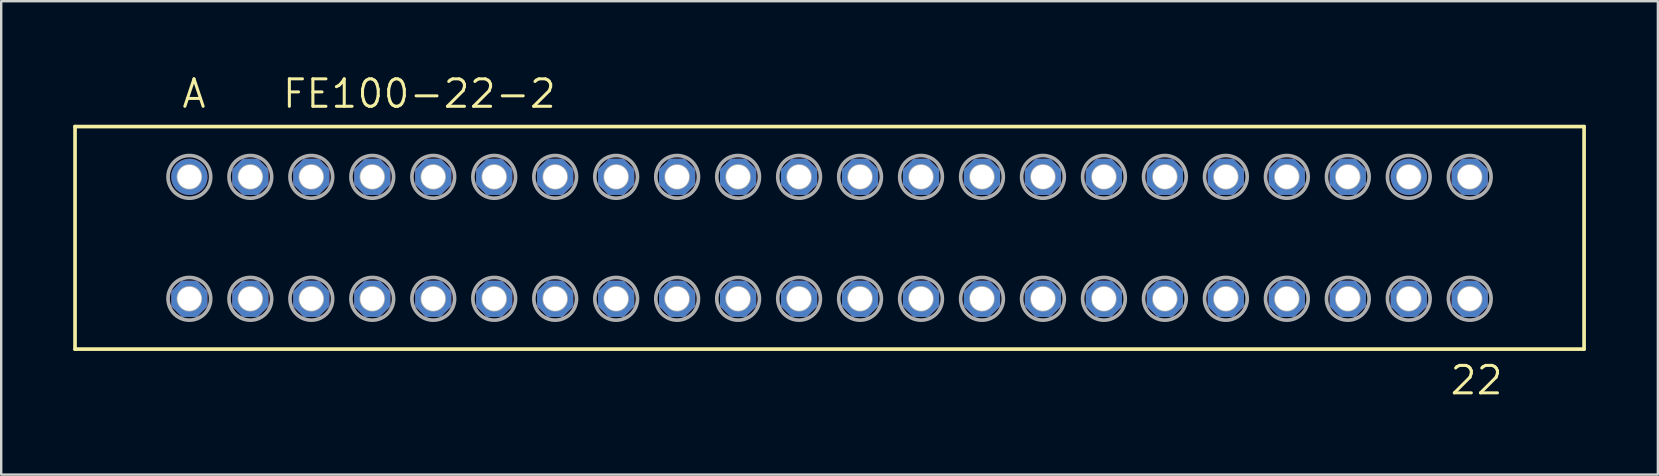
<source format=kicad_pcb>
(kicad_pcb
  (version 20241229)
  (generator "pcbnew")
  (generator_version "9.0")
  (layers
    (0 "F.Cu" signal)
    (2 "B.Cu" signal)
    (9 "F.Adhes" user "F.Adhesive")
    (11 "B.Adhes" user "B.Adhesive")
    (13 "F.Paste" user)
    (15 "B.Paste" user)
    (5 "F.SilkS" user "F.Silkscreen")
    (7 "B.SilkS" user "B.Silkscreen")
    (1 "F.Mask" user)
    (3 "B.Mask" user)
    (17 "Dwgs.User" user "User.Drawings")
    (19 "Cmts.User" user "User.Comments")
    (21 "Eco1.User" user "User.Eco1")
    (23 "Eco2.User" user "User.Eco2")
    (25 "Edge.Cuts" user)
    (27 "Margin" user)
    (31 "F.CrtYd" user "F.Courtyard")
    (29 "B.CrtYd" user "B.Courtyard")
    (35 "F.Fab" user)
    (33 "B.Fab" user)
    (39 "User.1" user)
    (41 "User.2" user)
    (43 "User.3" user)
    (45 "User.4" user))
  (footprint "FE100-22-2"
    (layer "F.Cu")
    (at 31.509 6.858)
    (property "Reference" "FE100-22-2" (at -22.86 -5.334 0) (layer "F.SilkS") (effects (font (size 1.143 1.143) (thickness 0.127)) (justify left bottom)))
    (fp_line (start -31.433 -4.636) (end 31.433 -4.636) (stroke (width 0.152) (type solid)) (layer "F.SilkS"))
    (fp_line (start -31.433 4.636) (end -31.433 -4.636) (stroke (width 0.152) (type solid)) (layer "F.SilkS"))
    (fp_line (start -31.433 4.636) (end 31.433 4.636) (stroke (width 0.152) (type solid)) (layer "F.SilkS"))
    (fp_line (start 31.433 4.636) (end 31.433 -4.636) (stroke (width 0.152) (type solid)) (layer "F.SilkS"))
    (fp_circle (center -26.67 -2.54) (end -26.543 -2.54) (stroke (width 0.406) (type solid)) (fill no) (layer "F.Fab"))
    (fp_circle (center -26.67 -2.54) (end -25.781 -2.54) (stroke (width 0.152) (type solid)) (fill no) (layer "F.Fab"))
    (fp_circle (center -26.67 2.54) (end -26.543 2.54) (stroke (width 0.406) (type solid)) (fill no) (layer "F.Fab"))
    (fp_circle (center -26.67 2.54) (end -25.781 2.54) (stroke (width 0.152) (type solid)) (fill no) (layer "F.Fab"))
    (fp_circle (center -24.13 -2.54) (end -24.003 -2.54) (stroke (width 0.406) (type solid)) (fill no) (layer "F.Fab"))
    (fp_circle (center -24.13 -2.54) (end -23.241 -2.54) (stroke (width 0.152) (type solid)) (fill no) (layer "F.Fab"))
    (fp_circle (center -24.13 2.54) (end -24.003 2.54) (stroke (width 0.406) (type solid)) (fill no) (layer "F.Fab"))
    (fp_circle (center -24.13 2.54) (end -23.241 2.54) (stroke (width 0.152) (type solid)) (fill no) (layer "F.Fab"))
    (fp_circle (center -21.59 -2.54) (end -21.463 -2.54) (stroke (width 0.406) (type solid)) (fill no) (layer "F.Fab"))
    (fp_circle (center -21.59 -2.54) (end -20.701 -2.54) (stroke (width 0.152) (type solid)) (fill no) (layer "F.Fab"))
    (fp_circle (center -21.59 2.54) (end -21.463 2.54) (stroke (width 0.406) (type solid)) (fill no) (layer "F.Fab"))
    (fp_circle (center -21.59 2.54) (end -20.701 2.54) (stroke (width 0.152) (type solid)) (fill no) (layer "F.Fab"))
    (fp_circle (center -19.05 -2.54) (end -18.923 -2.54) (stroke (width 0.406) (type solid)) (fill no) (layer "F.Fab"))
    (fp_circle (center -19.05 -2.54) (end -18.161 -2.54) (stroke (width 0.152) (type solid)) (fill no) (layer "F.Fab"))
    (fp_circle (center -19.05 2.54) (end -18.923 2.54) (stroke (width 0.406) (type solid)) (fill no) (layer "F.Fab"))
    (fp_circle (center -19.05 2.54) (end -18.161 2.54) (stroke (width 0.152) (type solid)) (fill no) (layer "F.Fab"))
    (fp_circle (center -16.51 -2.54) (end -16.383 -2.54) (stroke (width 0.406) (type solid)) (fill no) (layer "F.Fab"))
    (fp_circle (center -16.51 -2.54) (end -15.621 -2.54) (stroke (width 0.152) (type solid)) (fill no) (layer "F.Fab"))
    (fp_circle (center -16.51 2.54) (end -16.383 2.54) (stroke (width 0.406) (type solid)) (fill no) (layer "F.Fab"))
    (fp_circle (center -16.51 2.54) (end -15.621 2.54) (stroke (width 0.152) (type solid)) (fill no) (layer "F.Fab"))
    (fp_circle (center -13.97 -2.54) (end -13.843 -2.54) (stroke (width 0.406) (type solid)) (fill no) (layer "F.Fab"))
    (fp_circle (center -13.97 -2.54) (end -13.081 -2.54) (stroke (width 0.152) (type solid)) (fill no) (layer "F.Fab"))
    (fp_circle (center -13.97 2.54) (end -13.843 2.54) (stroke (width 0.406) (type solid)) (fill no) (layer "F.Fab"))
    (fp_circle (center -13.97 2.54) (end -13.081 2.54) (stroke (width 0.152) (type solid)) (fill no) (layer "F.Fab"))
    (fp_circle (center -11.43 -2.54) (end -11.303 -2.54) (stroke (width 0.406) (type solid)) (fill no) (layer "F.Fab"))
    (fp_circle (center -11.43 -2.54) (end -10.541 -2.54) (stroke (width 0.152) (type solid)) (fill no) (layer "F.Fab"))
    (fp_circle (center -11.43 2.54) (end -11.303 2.54) (stroke (width 0.406) (type solid)) (fill no) (layer "F.Fab"))
    (fp_circle (center -11.43 2.54) (end -10.541 2.54) (stroke (width 0.152) (type solid)) (fill no) (layer "F.Fab"))
    (fp_circle (center -8.89 -2.54) (end -8.763 -2.54) (stroke (width 0.406) (type solid)) (fill no) (layer "F.Fab"))
    (fp_circle (center -8.89 -2.54) (end -8.001 -2.54) (stroke (width 0.152) (type solid)) (fill no) (layer "F.Fab"))
    (fp_circle (center -8.89 2.54) (end -8.763 2.54) (stroke (width 0.406) (type solid)) (fill no) (layer "F.Fab"))
    (fp_circle (center -8.89 2.54) (end -8.001 2.54) (stroke (width 0.152) (type solid)) (fill no) (layer "F.Fab"))
    (fp_circle (center -6.35 -2.54) (end -6.223 -2.54) (stroke (width 0.406) (type solid)) (fill no) (layer "F.Fab"))
    (fp_circle (center -6.35 -2.54) (end -5.461 -2.54) (stroke (width 0.152) (type solid)) (fill no) (layer "F.Fab"))
    (fp_circle (center -6.35 2.54) (end -6.223 2.54) (stroke (width 0.406) (type solid)) (fill no) (layer "F.Fab"))
    (fp_circle (center -6.35 2.54) (end -5.461 2.54) (stroke (width 0.152) (type solid)) (fill no) (layer "F.Fab"))
    (fp_circle (center -3.81 -2.54) (end -3.683 -2.54) (stroke (width 0.406) (type solid)) (fill no) (layer "F.Fab"))
    (fp_circle (center -3.81 -2.54) (end -2.921 -2.54) (stroke (width 0.152) (type solid)) (fill no) (layer "F.Fab"))
    (fp_circle (center -3.81 2.54) (end -3.683 2.54) (stroke (width 0.406) (type solid)) (fill no) (layer "F.Fab"))
    (fp_circle (center -3.81 2.54) (end -2.921 2.54) (stroke (width 0.152) (type solid)) (fill no) (layer "F.Fab"))
    (fp_circle (center -1.27 -2.54) (end -1.143 -2.54) (stroke (width 0.406) (type solid)) (fill no) (layer "F.Fab"))
    (fp_circle (center -1.27 -2.54) (end -0.381 -2.54) (stroke (width 0.152) (type solid)) (fill no) (layer "F.Fab"))
    (fp_circle (center -1.27 2.54) (end -1.143 2.54) (stroke (width 0.406) (type solid)) (fill no) (layer "F.Fab"))
    (fp_circle (center -1.27 2.54) (end -0.381 2.54) (stroke (width 0.152) (type solid)) (fill no) (layer "F.Fab"))
    (fp_circle (center 1.27 -2.54) (end 1.397 -2.54) (stroke (width 0.406) (type solid)) (fill no) (layer "F.Fab"))
    (fp_circle (center 1.27 -2.54) (end 2.159 -2.54) (stroke (width 0.152) (type solid)) (fill no) (layer "F.Fab"))
    (fp_circle (center 1.27 2.54) (end 1.397 2.54) (stroke (width 0.406) (type solid)) (fill no) (layer "F.Fab"))
    (fp_circle (center 1.27 2.54) (end 2.159 2.54) (stroke (width 0.152) (type solid)) (fill no) (layer "F.Fab"))
    (fp_circle (center 3.81 -2.54) (end 3.937 -2.54) (stroke (width 0.406) (type solid)) (fill no) (layer "F.Fab"))
    (fp_circle (center 3.81 -2.54) (end 4.699 -2.54) (stroke (width 0.152) (type solid)) (fill no) (layer "F.Fab"))
    (fp_circle (center 3.81 2.54) (end 3.937 2.54) (stroke (width 0.406) (type solid)) (fill no) (layer "F.Fab"))
    (fp_circle (center 3.81 2.54) (end 4.699 2.54) (stroke (width 0.152) (type solid)) (fill no) (layer "F.Fab"))
    (fp_circle (center 6.35 -2.54) (end 6.477 -2.54) (stroke (width 0.406) (type solid)) (fill no) (layer "F.Fab"))
    (fp_circle (center 6.35 -2.54) (end 7.239 -2.54) (stroke (width 0.152) (type solid)) (fill no) (layer "F.Fab"))
    (fp_circle (center 6.35 2.54) (end 6.477 2.54) (stroke (width 0.406) (type solid)) (fill no) (layer "F.Fab"))
    (fp_circle (center 6.35 2.54) (end 7.239 2.54) (stroke (width 0.152) (type solid)) (fill no) (layer "F.Fab"))
    (fp_circle (center 8.89 -2.54) (end 9.017 -2.54) (stroke (width 0.406) (type solid)) (fill no) (layer "F.Fab"))
    (fp_circle (center 8.89 -2.54) (end 9.779 -2.54) (stroke (width 0.152) (type solid)) (fill no) (layer "F.Fab"))
    (fp_circle (center 8.89 2.54) (end 9.017 2.54) (stroke (width 0.406) (type solid)) (fill no) (layer "F.Fab"))
    (fp_circle (center 8.89 2.54) (end 9.779 2.54) (stroke (width 0.152) (type solid)) (fill no) (layer "F.Fab"))
    (fp_circle (center 11.43 -2.54) (end 11.557 -2.54) (stroke (width 0.406) (type solid)) (fill no) (layer "F.Fab"))
    (fp_circle (center 11.43 -2.54) (end 12.319 -2.54) (stroke (width 0.152) (type solid)) (fill no) (layer "F.Fab"))
    (fp_circle (center 11.43 2.54) (end 11.557 2.54) (stroke (width 0.406) (type solid)) (fill no) (layer "F.Fab"))
    (fp_circle (center 11.43 2.54) (end 12.319 2.54) (stroke (width 0.152) (type solid)) (fill no) (layer "F.Fab"))
    (fp_circle (center 13.97 -2.54) (end 14.097 -2.54) (stroke (width 0.406) (type solid)) (fill no) (layer "F.Fab"))
    (fp_circle (center 13.97 -2.54) (end 14.859 -2.54) (stroke (width 0.152) (type solid)) (fill no) (layer "F.Fab"))
    (fp_circle (center 13.97 2.54) (end 14.097 2.54) (stroke (width 0.406) (type solid)) (fill no) (layer "F.Fab"))
    (fp_circle (center 13.97 2.54) (end 14.859 2.54) (stroke (width 0.152) (type solid)) (fill no) (layer "F.Fab"))
    (fp_circle (center 16.51 -2.54) (end 16.637 -2.54) (stroke (width 0.406) (type solid)) (fill no) (layer "F.Fab"))
    (fp_circle (center 16.51 -2.54) (end 17.399 -2.54) (stroke (width 0.152) (type solid)) (fill no) (layer "F.Fab"))
    (fp_circle (center 16.51 2.54) (end 16.637 2.54) (stroke (width 0.406) (type solid)) (fill no) (layer "F.Fab"))
    (fp_circle (center 16.51 2.54) (end 17.399 2.54) (stroke (width 0.152) (type solid)) (fill no) (layer "F.Fab"))
    (fp_circle (center 19.05 -2.54) (end 19.177 -2.54) (stroke (width 0.406) (type solid)) (fill no) (layer "F.Fab"))
    (fp_circle (center 19.05 -2.54) (end 19.939 -2.54) (stroke (width 0.152) (type solid)) (fill no) (layer "F.Fab"))
    (fp_circle (center 19.05 2.54) (end 19.177 2.54) (stroke (width 0.406) (type solid)) (fill no) (layer "F.Fab"))
    (fp_circle (center 19.05 2.54) (end 19.939 2.54) (stroke (width 0.152) (type solid)) (fill no) (layer "F.Fab"))
    (fp_circle (center 21.59 -2.54) (end 21.717 -2.54) (stroke (width 0.406) (type solid)) (fill no) (layer "F.Fab"))
    (fp_circle (center 21.59 -2.54) (end 22.479 -2.54) (stroke (width 0.152) (type solid)) (fill no) (layer "F.Fab"))
    (fp_circle (center 21.59 2.54) (end 21.717 2.54) (stroke (width 0.406) (type solid)) (fill no) (layer "F.Fab"))
    (fp_circle (center 21.59 2.54) (end 22.479 2.54) (stroke (width 0.152) (type solid)) (fill no) (layer "F.Fab"))
    (fp_circle (center 24.13 -2.54) (end 24.257 -2.54) (stroke (width 0.406) (type solid)) (fill no) (layer "F.Fab"))
    (fp_circle (center 24.13 -2.54) (end 25.019 -2.54) (stroke (width 0.152) (type solid)) (fill no) (layer "F.Fab"))
    (fp_circle (center 24.13 2.54) (end 24.257 2.54) (stroke (width 0.406) (type solid)) (fill no) (layer "F.Fab"))
    (fp_circle (center 24.13 2.54) (end 25.019 2.54) (stroke (width 0.152) (type solid)) (fill no) (layer "F.Fab"))
    (fp_circle (center 26.67 -2.54) (end 26.797 -2.54) (stroke (width 0.406) (type solid)) (fill no) (layer "F.Fab"))
    (fp_circle (center 26.67 -2.54) (end 27.559 -2.54) (stroke (width 0.152) (type solid)) (fill no) (layer "F.Fab"))
    (fp_circle (center 26.67 2.54) (end 26.797 2.54) (stroke (width 0.406) (type solid)) (fill no) (layer "F.Fab"))
    (fp_circle (center 26.67 2.54) (end 27.559 2.54) (stroke (width 0.152) (type solid)) (fill no) (layer "F.Fab"))
    (fp_text user "22" (at 25.781 6.604 0) (layer "F.SilkS") (effects (font (size 1.143 1.143) (thickness 0.127)) (justify left bottom)))
    (fp_text user "A" (at -27.051 -5.334 0) (layer "F.SilkS") (effects (font (size 1.143 1.143) (thickness 0.127)) (justify left bottom)))
    (pad "1" thru_hole roundrect (at -26.67 2.54) (size 1.508 1.508) (drill 1) (layers "*.Cu" "*.Mask") (roundrect_rratio 0.25) (chamfer_ratio 0.293) (chamfer top_left top_right bottom_left bottom_right))
    (pad "2" thru_hole roundrect (at -24.13 2.54) (size 1.508 1.508) (drill 1) (layers "*.Cu" "*.Mask") (roundrect_rratio 0.25) (chamfer_ratio 0.293) (chamfer top_left top_right bottom_left bottom_right))
    (pad "3" thru_hole roundrect (at -21.59 2.54) (size 1.508 1.508) (drill 1) (layers "*.Cu" "*.Mask") (roundrect_rratio 0.25) (chamfer_ratio 0.293) (chamfer top_left top_right bottom_left bottom_right))
    (pad "4" thru_hole roundrect (at -19.05 2.54) (size 1.508 1.508) (drill 1) (layers "*.Cu" "*.Mask") (roundrect_rratio 0.25) (chamfer_ratio 0.293) (chamfer top_left top_right bottom_left bottom_right))
    (pad "5" thru_hole roundrect (at -16.51 2.54) (size 1.508 1.508) (drill 1) (layers "*.Cu" "*.Mask") (roundrect_rratio 0.25) (chamfer_ratio 0.293) (chamfer top_left top_right bottom_left bottom_right))
    (pad "6" thru_hole roundrect (at -13.97 2.54) (size 1.508 1.508) (drill 1) (layers "*.Cu" "*.Mask") (roundrect_rratio 0.25) (chamfer_ratio 0.293) (chamfer top_left top_right bottom_left bottom_right))
    (pad "7" thru_hole roundrect (at -11.43 2.54) (size 1.508 1.508) (drill 1) (layers "*.Cu" "*.Mask") (roundrect_rratio 0.25) (chamfer_ratio 0.293) (chamfer top_left top_right bottom_left bottom_right))
    (pad "8" thru_hole roundrect (at -8.89 2.54) (size 1.508 1.508) (drill 1) (layers "*.Cu" "*.Mask") (roundrect_rratio 0.25) (chamfer_ratio 0.293) (chamfer top_left top_right bottom_left bottom_right))
    (pad "9" thru_hole roundrect (at -6.35 2.54) (size 1.508 1.508) (drill 1) (layers "*.Cu" "*.Mask") (roundrect_rratio 0.25) (chamfer_ratio 0.293) (chamfer top_left top_right bottom_left bottom_right))
    (pad "10" thru_hole roundrect (at -3.81 2.54) (size 1.508 1.508) (drill 1) (layers "*.Cu" "*.Mask") (roundrect_rratio 0.25) (chamfer_ratio 0.293) (chamfer top_left top_right bottom_left bottom_right))
    (pad "11" thru_hole roundrect (at -1.27 2.54) (size 1.508 1.508) (drill 1) (layers "*.Cu" "*.Mask") (roundrect_rratio 0.25) (chamfer_ratio 0.293) (chamfer top_left top_right bottom_left bottom_right))
    (pad "12" thru_hole roundrect (at 1.27 2.54) (size 1.508 1.508) (drill 1) (layers "*.Cu" "*.Mask") (roundrect_rratio 0.25) (chamfer_ratio 0.293) (chamfer top_left top_right bottom_left bottom_right))
    (pad "13" thru_hole roundrect (at 3.81 2.54) (size 1.508 1.508) (drill 1) (layers "*.Cu" "*.Mask") (roundrect_rratio 0.25) (chamfer_ratio 0.293) (chamfer top_left top_right bottom_left bottom_right))
    (pad "14" thru_hole roundrect (at 6.35 2.54) (size 1.508 1.508) (drill 1) (layers "*.Cu" "*.Mask") (roundrect_rratio 0.25) (chamfer_ratio 0.293) (chamfer top_left top_right bottom_left bottom_right))
    (pad "15" thru_hole roundrect (at 8.89 2.54) (size 1.508 1.508) (drill 1) (layers "*.Cu" "*.Mask") (roundrect_rratio 0.25) (chamfer_ratio 0.293) (chamfer top_left top_right bottom_left bottom_right))
    (pad "16" thru_hole roundrect (at 11.43 2.54) (size 1.508 1.508) (drill 1) (layers "*.Cu" "*.Mask") (roundrect_rratio 0.25) (chamfer_ratio 0.293) (chamfer top_left top_right bottom_left bottom_right))
    (pad "17" thru_hole roundrect (at 13.97 2.54) (size 1.508 1.508) (drill 1) (layers "*.Cu" "*.Mask") (roundrect_rratio 0.25) (chamfer_ratio 0.293) (chamfer top_left top_right bottom_left bottom_right))
    (pad "18" thru_hole roundrect (at 16.51 2.54) (size 1.508 1.508) (drill 1) (layers "*.Cu" "*.Mask") (roundrect_rratio 0.25) (chamfer_ratio 0.293) (chamfer top_left top_right bottom_left bottom_right))
    (pad "19" thru_hole roundrect (at 19.05 2.54) (size 1.508 1.508) (drill 1) (layers "*.Cu" "*.Mask") (roundrect_rratio 0.25) (chamfer_ratio 0.293) (chamfer top_left top_right bottom_left bottom_right))
    (pad "20" thru_hole roundrect (at 21.59 2.54) (size 1.508 1.508) (drill 1) (layers "*.Cu" "*.Mask") (roundrect_rratio 0.25) (chamfer_ratio 0.293) (chamfer top_left top_right bottom_left bottom_right))
    (pad "21" thru_hole roundrect (at 24.13 2.54) (size 1.508 1.508) (drill 1) (layers "*.Cu" "*.Mask") (roundrect_rratio 0.25) (chamfer_ratio 0.293) (chamfer top_left top_right bottom_left bottom_right))
    (pad "22" thru_hole roundrect (at 26.67 2.54) (size 1.508 1.508) (drill 1) (layers "*.Cu" "*.Mask") (roundrect_rratio 0.25) (chamfer_ratio 0.293) (chamfer top_left top_right bottom_left bottom_right))
    (pad "A" thru_hole circle (at -26.67 -2.54) (size 1.508 1.508) (drill 1) (layers "*.Cu" "*.Mask"))
    (pad "B" thru_hole roundrect (at -24.13 -2.54) (size 1.508 1.508) (drill 1) (layers "*.Cu" "*.Mask") (roundrect_rratio 0.25) (chamfer_ratio 0.293) (chamfer top_left top_right bottom_left bottom_right))
    (pad "C" thru_hole roundrect (at -21.59 -2.54) (size 1.508 1.508) (drill 1) (layers "*.Cu" "*.Mask") (roundrect_rratio 0.25) (chamfer_ratio 0.293) (chamfer top_left top_right bottom_left bottom_right))
    (pad "D" thru_hole roundrect (at -19.05 -2.54) (size 1.508 1.508) (drill 1) (layers "*.Cu" "*.Mask") (roundrect_rratio 0.25) (chamfer_ratio 0.293) (chamfer top_left top_right bottom_left bottom_right))
    (pad "E" thru_hole roundrect (at -16.51 -2.54) (size 1.508 1.508) (drill 1) (layers "*.Cu" "*.Mask") (roundrect_rratio 0.25) (chamfer_ratio 0.293) (chamfer top_left top_right bottom_left bottom_right))
    (pad "F" thru_hole roundrect (at -13.97 -2.54) (size 1.508 1.508) (drill 1) (layers "*.Cu" "*.Mask") (roundrect_rratio 0.25) (chamfer_ratio 0.293) (chamfer top_left top_right bottom_left bottom_right))
    (pad "H" thru_hole roundrect (at -11.43 -2.54) (size 1.508 1.508) (drill 1) (layers "*.Cu" "*.Mask") (roundrect_rratio 0.25) (chamfer_ratio 0.293) (chamfer top_left top_right bottom_left bottom_right))
    (pad "J" thru_hole roundrect (at -8.89 -2.54) (size 1.508 1.508) (drill 1) (layers "*.Cu" "*.Mask") (roundrect_rratio 0.25) (chamfer_ratio 0.293) (chamfer top_left top_right bottom_left bottom_right))
    (pad "K" thru_hole roundrect (at -6.35 -2.54) (size 1.508 1.508) (drill 1) (layers "*.Cu" "*.Mask") (roundrect_rratio 0.25) (chamfer_ratio 0.293) (chamfer top_left top_right bottom_left bottom_right))
    (pad "L" thru_hole roundrect (at -3.81 -2.54) (size 1.508 1.508) (drill 1) (layers "*.Cu" "*.Mask") (roundrect_rratio 0.25) (chamfer_ratio 0.293) (chamfer top_left top_right bottom_left bottom_right))
    (pad "M" thru_hole roundrect (at -1.27 -2.54) (size 1.508 1.508) (drill 1) (layers "*.Cu" "*.Mask") (roundrect_rratio 0.25) (chamfer_ratio 0.293) (chamfer top_left top_right bottom_left bottom_right))
    (pad "N" thru_hole roundrect (at 1.27 -2.54) (size 1.508 1.508) (drill 1) (layers "*.Cu" "*.Mask") (roundrect_rratio 0.25) (chamfer_ratio 0.293) (chamfer top_left top_right bottom_left bottom_right))
    (pad "P" thru_hole roundrect (at 3.81 -2.54) (size 1.508 1.508) (drill 1) (layers "*.Cu" "*.Mask") (roundrect_rratio 0.25) (chamfer_ratio 0.293) (chamfer top_left top_right bottom_left bottom_right))
    (pad "R" thru_hole roundrect (at 6.35 -2.54) (size 1.508 1.508) (drill 1) (layers "*.Cu" "*.Mask") (roundrect_rratio 0.25) (chamfer_ratio 0.293) (chamfer top_left top_right bottom_left bottom_right))
    (pad "S" thru_hole roundrect (at 8.89 -2.54) (size 1.508 1.508) (drill 1) (layers "*.Cu" "*.Mask") (roundrect_rratio 0.25) (chamfer_ratio 0.293) (chamfer top_left top_right bottom_left bottom_right))
    (pad "T" thru_hole roundrect (at 11.43 -2.54) (size 1.508 1.508) (drill 1) (layers "*.Cu" "*.Mask") (roundrect_rratio 0.25) (chamfer_ratio 0.293) (chamfer top_left top_right bottom_left bottom_right))
    (pad "U" thru_hole roundrect (at 13.97 -2.54) (size 1.508 1.508) (drill 1) (layers "*.Cu" "*.Mask") (roundrect_rratio 0.25) (chamfer_ratio 0.293) (chamfer top_left top_right bottom_left bottom_right))
    (pad "V" thru_hole roundrect (at 16.51 -2.54) (size 1.508 1.508) (drill 1) (layers "*.Cu" "*.Mask") (roundrect_rratio 0.25) (chamfer_ratio 0.293) (chamfer top_left top_right bottom_left bottom_right))
    (pad "W" thru_hole roundrect (at 19.05 -2.54) (size 1.508 1.508) (drill 1) (layers "*.Cu" "*.Mask") (roundrect_rratio 0.25) (chamfer_ratio 0.293) (chamfer top_left top_right bottom_left bottom_right))
    (pad "X" thru_hole roundrect (at 21.59 -2.54) (size 1.508 1.508) (drill 1) (layers "*.Cu" "*.Mask") (roundrect_rratio 0.25) (chamfer_ratio 0.293) (chamfer top_left top_right bottom_left bottom_right))
    (pad "Y" thru_hole circle (at 24.13 -2.54) (size 1.508 1.508) (drill 1) (layers "*.Cu" "*.Mask"))
    (pad "Z" thru_hole roundrect (at 26.67 -2.54) (size 1.508 1.508) (drill 1) (layers "*.Cu" "*.Mask") (roundrect_rratio 0.25) (chamfer_ratio 0.293) (chamfer top_left top_right bottom_left bottom_right)))
  (gr_rect
    (start -3 -3)
    (end 66.017 16.721)
    (stroke (width 0.1) (type default))
    (fill no)
    (layer "Edge.Cuts")))
</source>
